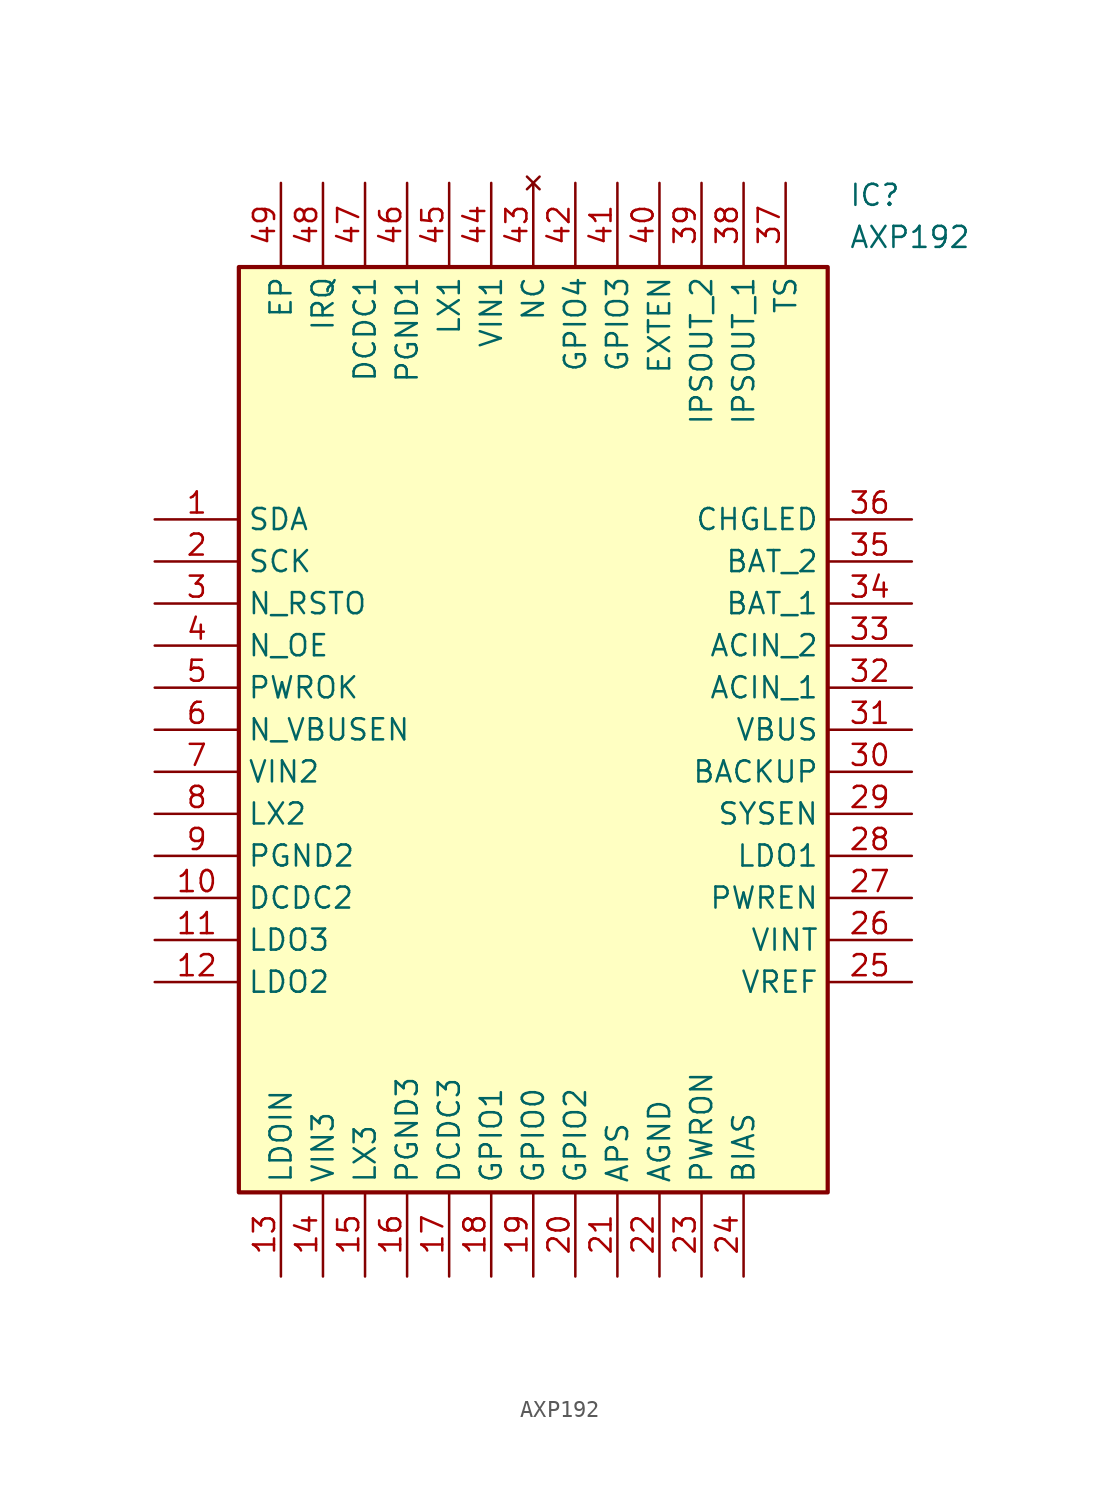
<source format=kicad_sym>
(kicad_symbol_lib
  (version 20211014)
  (generator SamacSys_ECAD_Model)
  (symbol "AXP192"
    (property "Reference" "IC"
      (at 41.91 20.32 0)
      (effects (font (size 1.27 1.27)) (justify left top)))
    (property "Value" "AXP192"
      (at 41.91 17.78 0)
      (effects (font (size 1.27 1.27)) (justify left top)))
    (rectangle
      (start 5.08 15.24)
      (end 40.64 -40.64)
      (stroke (width 0.254) (type default))
      (fill (type background)))
    (pin passive line
      (at 0 0 0)
      (length 5.08)
      (name "SDA" (effects (font (size 1.27 1.27))))
      (number "1" (effects (font (size 1.27 1.27)))))
    (pin passive line
      (at 0 -2.54 0)
      (length 5.08)
      (name "SCK" (effects (font (size 1.27 1.27))))
      (number "2" (effects (font (size 1.27 1.27)))))
    (pin passive line
      (at 0 -5.08 0)
      (length 5.08)
      (name "N_RSTO" (effects (font (size 1.27 1.27))))
      (number "3" (effects (font (size 1.27 1.27)))))
    (pin passive line
      (at 0 -7.62 0)
      (length 5.08)
      (name "N_OE" (effects (font (size 1.27 1.27))))
      (number "4" (effects (font (size 1.27 1.27)))))
    (pin passive line
      (at 0 -10.16 0)
      (length 5.08)
      (name "PWROK" (effects (font (size 1.27 1.27))))
      (number "5" (effects (font (size 1.27 1.27)))))
    (pin passive line
      (at 0 -12.7 0)
      (length 5.08)
      (name "N_VBUSEN" (effects (font (size 1.27 1.27))))
      (number "6" (effects (font (size 1.27 1.27)))))
    (pin passive line
      (at 0 -15.24 0)
      (length 5.08)
      (name "VIN2" (effects (font (size 1.27 1.27))))
      (number "7" (effects (font (size 1.27 1.27)))))
    (pin passive line
      (at 0 -17.78 0)
      (length 5.08)
      (name "LX2" (effects (font (size 1.27 1.27))))
      (number "8" (effects (font (size 1.27 1.27)))))
    (pin passive line
      (at 0 -20.32 0)
      (length 5.08)
      (name "PGND2" (effects (font (size 1.27 1.27))))
      (number "9" (effects (font (size 1.27 1.27)))))
    (pin passive line
      (at 0 -22.86 0)
      (length 5.08)
      (name "DCDC2" (effects (font (size 1.27 1.27))))
      (number "10" (effects (font (size 1.27 1.27)))))
    (pin passive line
      (at 0 -25.4 0)
      (length 5.08)
      (name "LDO3" (effects (font (size 1.27 1.27))))
      (number "11" (effects (font (size 1.27 1.27)))))
    (pin passive line
      (at 0 -27.94 0)
      (length 5.08)
      (name "LDO2" (effects (font (size 1.27 1.27))))
      (number "12" (effects (font (size 1.27 1.27)))))
    (pin passive line
      (at 7.62 -45.72 90)
      (length 5.08)
      (name "LDOIN" (effects (font (size 1.27 1.27))))
      (number "13" (effects (font (size 1.27 1.27)))))
    (pin passive line
      (at 10.16 -45.72 90)
      (length 5.08)
      (name "VIN3" (effects (font (size 1.27 1.27))))
      (number "14" (effects (font (size 1.27 1.27)))))
    (pin passive line
      (at 12.7 -45.72 90)
      (length 5.08)
      (name "LX3" (effects (font (size 1.27 1.27))))
      (number "15" (effects (font (size 1.27 1.27)))))
    (pin passive line
      (at 15.24 -45.72 90)
      (length 5.08)
      (name "PGND3" (effects (font (size 1.27 1.27))))
      (number "16" (effects (font (size 1.27 1.27)))))
    (pin passive line
      (at 17.78 -45.72 90)
      (length 5.08)
      (name "DCDC3" (effects (font (size 1.27 1.27))))
      (number "17" (effects (font (size 1.27 1.27)))))
    (pin passive line
      (at 20.32 -45.72 90)
      (length 5.08)
      (name "GPIO1" (effects (font (size 1.27 1.27))))
      (number "18" (effects (font (size 1.27 1.27)))))
    (pin passive line
      (at 22.86 -45.72 90)
      (length 5.08)
      (name "GPIO0" (effects (font (size 1.27 1.27))))
      (number "19" (effects (font (size 1.27 1.27)))))
    (pin passive line
      (at 25.4 -45.72 90)
      (length 5.08)
      (name "GPIO2" (effects (font (size 1.27 1.27))))
      (number "20" (effects (font (size 1.27 1.27)))))
    (pin passive line
      (at 27.94 -45.72 90)
      (length 5.08)
      (name "APS" (effects (font (size 1.27 1.27))))
      (number "21" (effects (font (size 1.27 1.27)))))
    (pin passive line
      (at 30.48 -45.72 90)
      (length 5.08)
      (name "AGND" (effects (font (size 1.27 1.27))))
      (number "22" (effects (font (size 1.27 1.27)))))
    (pin passive line
      (at 33.02 -45.72 90)
      (length 5.08)
      (name "PWRON" (effects (font (size 1.27 1.27))))
      (number "23" (effects (font (size 1.27 1.27)))))
    (pin passive line
      (at 35.56 -45.72 90)
      (length 5.08)
      (name "BIAS" (effects (font (size 1.27 1.27))))
      (number "24" (effects (font (size 1.27 1.27)))))
    (pin passive line
      (at 45.72 0 180)
      (length 5.08)
      (name "CHGLED" (effects (font (size 1.27 1.27))))
      (number "36" (effects (font (size 1.27 1.27)))))
    (pin passive line
      (at 45.72 -2.54 180)
      (length 5.08)
      (name "BAT_2" (effects (font (size 1.27 1.27))))
      (number "35" (effects (font (size 1.27 1.27)))))
    (pin passive line
      (at 45.72 -5.08 180)
      (length 5.08)
      (name "BAT_1" (effects (font (size 1.27 1.27))))
      (number "34" (effects (font (size 1.27 1.27)))))
    (pin passive line
      (at 45.72 -7.62 180)
      (length 5.08)
      (name "ACIN_2" (effects (font (size 1.27 1.27))))
      (number "33" (effects (font (size 1.27 1.27)))))
    (pin passive line
      (at 45.72 -10.16 180)
      (length 5.08)
      (name "ACIN_1" (effects (font (size 1.27 1.27))))
      (number "32" (effects (font (size 1.27 1.27)))))
    (pin passive line
      (at 45.72 -12.7 180)
      (length 5.08)
      (name "VBUS" (effects (font (size 1.27 1.27))))
      (number "31" (effects (font (size 1.27 1.27)))))
    (pin passive line
      (at 45.72 -15.24 180)
      (length 5.08)
      (name "BACKUP" (effects (font (size 1.27 1.27))))
      (number "30" (effects (font (size 1.27 1.27)))))
    (pin passive line
      (at 45.72 -17.78 180)
      (length 5.08)
      (name "SYSEN" (effects (font (size 1.27 1.27))))
      (number "29" (effects (font (size 1.27 1.27)))))
    (pin passive line
      (at 45.72 -20.32 180)
      (length 5.08)
      (name "LDO1" (effects (font (size 1.27 1.27))))
      (number "28" (effects (font (size 1.27 1.27)))))
    (pin passive line
      (at 45.72 -22.86 180)
      (length 5.08)
      (name "PWREN" (effects (font (size 1.27 1.27))))
      (number "27" (effects (font (size 1.27 1.27)))))
    (pin passive line
      (at 45.72 -25.4 180)
      (length 5.08)
      (name "VINT" (effects (font (size 1.27 1.27))))
      (number "26" (effects (font (size 1.27 1.27)))))
    (pin passive line
      (at 45.72 -27.94 180)
      (length 5.08)
      (name "VREF" (effects (font (size 1.27 1.27))))
      (number "25" (effects (font (size 1.27 1.27)))))
    (pin passive line
      (at 7.62 20.32 270)
      (length 5.08)
      (name "EP" (effects (font (size 1.27 1.27))))
      (number "49" (effects (font (size 1.27 1.27)))))
    (pin passive line
      (at 10.16 20.32 270)
      (length 5.08)
      (name "IRQ" (effects (font (size 1.27 1.27))))
      (number "48" (effects (font (size 1.27 1.27)))))
    (pin passive line
      (at 12.7 20.32 270)
      (length 5.08)
      (name "DCDC1" (effects (font (size 1.27 1.27))))
      (number "47" (effects (font (size 1.27 1.27)))))
    (pin passive line
      (at 15.24 20.32 270)
      (length 5.08)
      (name "PGND1" (effects (font (size 1.27 1.27))))
      (number "46" (effects (font (size 1.27 1.27)))))
    (pin passive line
      (at 17.78 20.32 270)
      (length 5.08)
      (name "LX1" (effects (font (size 1.27 1.27))))
      (number "45" (effects (font (size 1.27 1.27)))))
    (pin passive line
      (at 20.32 20.32 270)
      (length 5.08)
      (name "VIN1" (effects (font (size 1.27 1.27))))
      (number "44" (effects (font (size 1.27 1.27)))))
    (pin no_connect line
      (at 22.86 20.32 270)
      (length 5.08)
      (name "NC" (effects (font (size 1.27 1.27))))
      (number "43" (effects (font (size 1.27 1.27)))))
    (pin passive line
      (at 25.4 20.32 270)
      (length 5.08)
      (name "GPIO4" (effects (font (size 1.27 1.27))))
      (number "42" (effects (font (size 1.27 1.27)))))
    (pin passive line
      (at 27.94 20.32 270)
      (length 5.08)
      (name "GPIO3" (effects (font (size 1.27 1.27))))
      (number "41" (effects (font (size 1.27 1.27)))))
    (pin passive line
      (at 30.48 20.32 270)
      (length 5.08)
      (name "EXTEN" (effects (font (size 1.27 1.27))))
      (number "40" (effects (font (size 1.27 1.27)))))
    (pin passive line
      (at 33.02 20.32 270)
      (length 5.08)
      (name "IPSOUT_2" (effects (font (size 1.27 1.27))))
      (number "39" (effects (font (size 1.27 1.27)))))
    (pin passive line
      (at 35.56 20.32 270)
      (length 5.08)
      (name "IPSOUT_1" (effects (font (size 1.27 1.27))))
      (number "38" (effects (font (size 1.27 1.27)))))
    (pin passive line
      (at 38.1 20.32 270)
      (length 5.08)
      (name "TS" (effects (font (size 1.27 1.27))))
      (number "37" (effects (font (size 1.27 1.27)))))))
</source>
